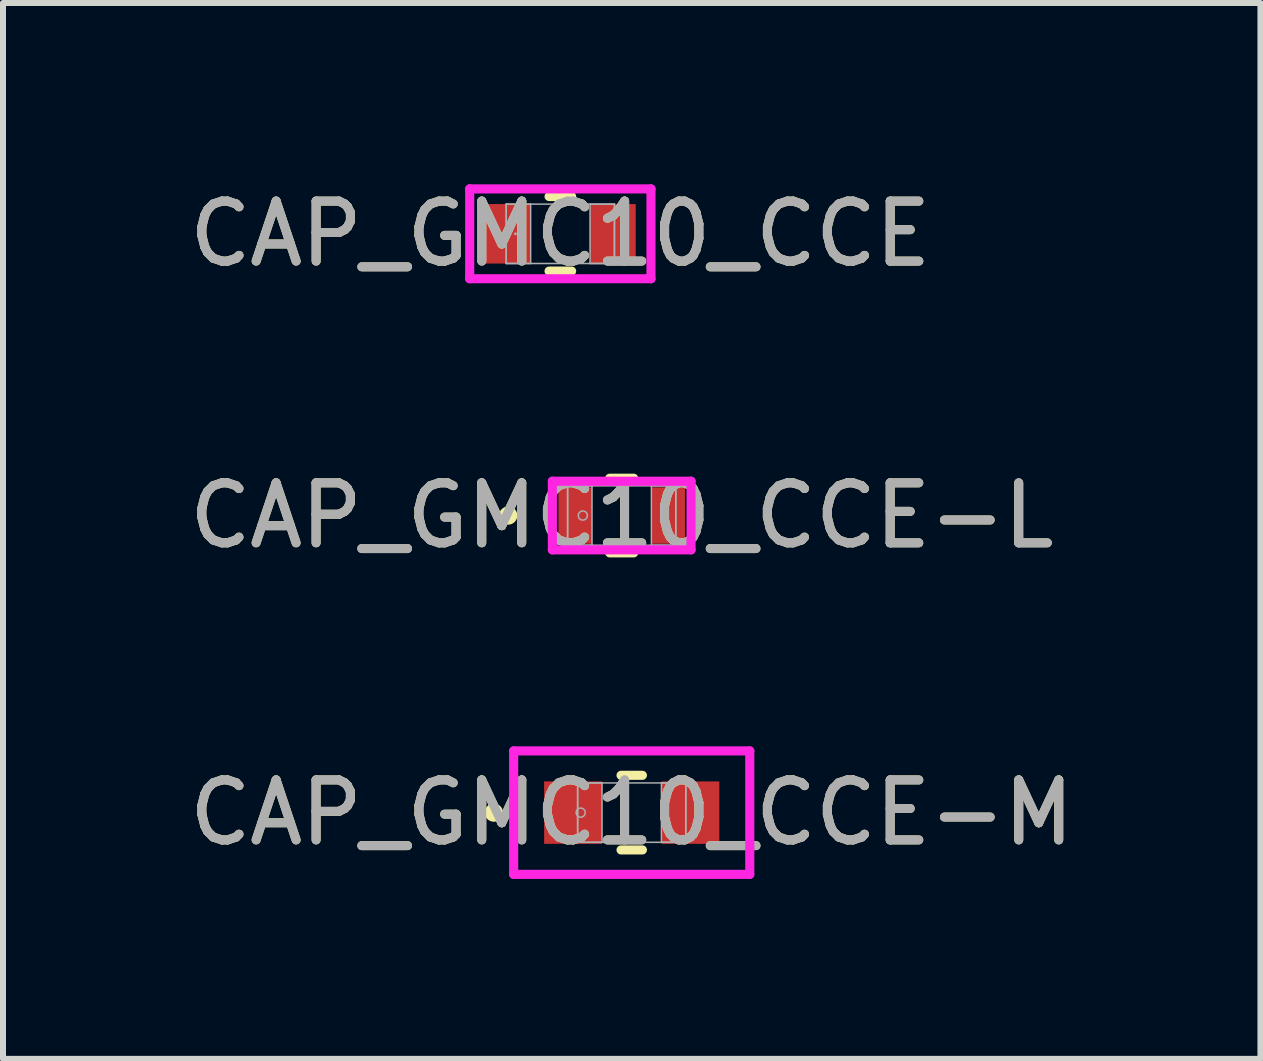
<source format=kicad_pcb>
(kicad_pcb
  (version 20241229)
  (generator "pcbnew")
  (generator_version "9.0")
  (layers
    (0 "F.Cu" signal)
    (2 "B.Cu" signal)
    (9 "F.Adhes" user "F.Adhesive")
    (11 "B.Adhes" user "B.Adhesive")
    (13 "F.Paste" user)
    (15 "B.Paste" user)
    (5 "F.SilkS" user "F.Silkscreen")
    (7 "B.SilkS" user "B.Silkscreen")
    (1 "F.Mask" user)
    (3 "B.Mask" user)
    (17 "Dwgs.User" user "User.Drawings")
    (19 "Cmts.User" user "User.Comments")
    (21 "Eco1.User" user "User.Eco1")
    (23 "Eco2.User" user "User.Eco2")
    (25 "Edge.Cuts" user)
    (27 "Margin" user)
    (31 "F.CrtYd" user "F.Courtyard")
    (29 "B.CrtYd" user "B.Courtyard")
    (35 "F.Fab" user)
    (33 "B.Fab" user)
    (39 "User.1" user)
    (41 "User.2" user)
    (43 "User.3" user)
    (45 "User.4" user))
  (footprint "CAP_GMC10_CCE-L"
    (layer "F.Cu")
    (at 7.315 5.545)
    (property "Reference" "CAP_GMC10_CCE-L" (at 0 0 0) (unlocked yes) (layer "F.SilkS") (effects (font (size 1 1) (thickness 0.15))))
    (attr smd)
    (fp_line (start -0.2 0.622) (end 0.2 0.622) (stroke (width 0.152) (type solid)) (layer "F.SilkS"))
    (fp_line (start 0.2 -0.622) (end -0.2 -0.622) (stroke (width 0.152) (type solid)) (layer "F.SilkS"))
    (fp_circle (center -1.892 0) (end -1.816 0) (stroke (width 0.152) (type solid)) (fill no) (layer "F.SilkS"))
    (fp_line (start -1.156 -0.572) (end 1.156 -0.572) (stroke (width 0.152) (type solid)) (layer "F.CrtYd"))
    (fp_line (start -1.156 0.572) (end -1.156 -0.572) (stroke (width 0.152) (type solid)) (layer "F.CrtYd"))
    (fp_line (start 1.156 -0.572) (end 1.156 0.572) (stroke (width 0.152) (type solid)) (layer "F.CrtYd"))
    (fp_line (start 1.156 0.572) (end -1.156 0.572) (stroke (width 0.152) (type solid)) (layer "F.CrtYd"))
    (fp_line (start -0.902 -0.495) (end -0.902 0.495) (stroke (width 0.025) (type solid)) (layer "F.Fab"))
    (fp_line (start -0.902 -0.495) (end -0.902 0.495) (stroke (width 0.025) (type solid)) (layer "F.Fab"))
    (fp_line (start -0.902 0.495) (end -0.495 0.495) (stroke (width 0.025) (type solid)) (layer "F.Fab"))
    (fp_line (start -0.902 0.495) (end 0.902 0.495) (stroke (width 0.025) (type solid)) (layer "F.Fab"))
    (fp_line (start -0.495 -0.495) (end -0.902 -0.495) (stroke (width 0.025) (type solid)) (layer "F.Fab"))
    (fp_line (start -0.495 0.495) (end -0.495 -0.495) (stroke (width 0.025) (type solid)) (layer "F.Fab"))
    (fp_line (start 0.495 -0.495) (end 0.495 0.495) (stroke (width 0.025) (type solid)) (layer "F.Fab"))
    (fp_line (start 0.495 0.495) (end 0.902 0.495) (stroke (width 0.025) (type solid)) (layer "F.Fab"))
    (fp_line (start 0.902 -0.495) (end -0.902 -0.495) (stroke (width 0.025) (type solid)) (layer "F.Fab"))
    (fp_line (start 0.902 -0.495) (end 0.495 -0.495) (stroke (width 0.025) (type solid)) (layer "F.Fab"))
    (fp_line (start 0.902 0.495) (end 0.902 -0.495) (stroke (width 0.025) (type solid)) (layer "F.Fab"))
    (fp_line (start 0.902 0.495) (end 0.902 -0.495) (stroke (width 0.025) (type solid)) (layer "F.Fab"))
    (fp_circle (center -0.648 0) (end -0.572 0) (stroke (width 0.025) (type solid)) (fill no) (layer "F.Fab"))
    (fp_text user "${REFERENCE}" (at 0 0 0) (unlocked yes) (layer "F.Fab") (effects (font (size 1 1) (thickness 0.15))))
    (pad "1" smd rect (at -0.775 0) (size 0.559 0.94) (layers "F.Cu" "F.Mask" "F.Paste"))
    (pad "2" smd rect (at 0.775 0) (size 0.559 0.94) (layers "F.Cu" "F.Mask" "F.Paste"))
    (zone (net_name "") (layer "F.Cu") (hatch full 0.508) (connect_pads) (min_thickness 0.254) (filled_areas_thickness no) (keepout (tracks not_allowed) (vias not_allowed) (pads allowed) (copperpour not_allowed) (footprints allowed)) (placement (enabled no)) (fill) (polygon (pts (xy 6.871 5.1) (xy 7.76 5.1) (xy 7.76 5.989) (xy 6.871 5.989)))))
  (footprint "CAP_GMC10_CCE-M"
    (layer "F.Cu")
    (at 7.482 10.498)
    (property "Reference" "CAP_GMC10_CCE-M" (at 0 0 0) (unlocked yes) (layer "F.SilkS") (effects (font (size 1 1) (thickness 0.15))))
    (attr smd)
    (fp_line (start -0.178 0.622) (end 0.178 0.622) (stroke (width 0.152) (type solid)) (layer "F.SilkS"))
    (fp_line (start 0.178 -0.622) (end -0.178 -0.622) (stroke (width 0.152) (type solid)) (layer "F.SilkS"))
    (fp_circle (center -2.299 0) (end -2.223 0) (stroke (width 0.152) (type solid)) (fill no) (layer "F.SilkS"))
    (fp_line (start -1.968 -1.029) (end 1.968 -1.029) (stroke (width 0.152) (type solid)) (layer "F.CrtYd"))
    (fp_line (start -1.968 1.029) (end -1.968 -1.029) (stroke (width 0.152) (type solid)) (layer "F.CrtYd"))
    (fp_line (start 1.968 -1.029) (end 1.968 1.029) (stroke (width 0.152) (type solid)) (layer "F.CrtYd"))
    (fp_line (start 1.968 1.029) (end -1.968 1.029) (stroke (width 0.152) (type solid)) (layer "F.CrtYd"))
    (fp_line (start -0.902 -0.495) (end -0.902 0.495) (stroke (width 0.025) (type solid)) (layer "F.Fab"))
    (fp_line (start -0.902 -0.495) (end -0.902 0.495) (stroke (width 0.025) (type solid)) (layer "F.Fab"))
    (fp_line (start -0.902 0.495) (end -0.495 0.495) (stroke (width 0.025) (type solid)) (layer "F.Fab"))
    (fp_line (start -0.902 0.495) (end 0.902 0.495) (stroke (width 0.025) (type solid)) (layer "F.Fab"))
    (fp_line (start -0.495 -0.495) (end -0.902 -0.495) (stroke (width 0.025) (type solid)) (layer "F.Fab"))
    (fp_line (start -0.495 0.495) (end -0.495 -0.495) (stroke (width 0.025) (type solid)) (layer "F.Fab"))
    (fp_line (start 0.495 -0.495) (end 0.495 0.495) (stroke (width 0.025) (type solid)) (layer "F.Fab"))
    (fp_line (start 0.495 0.495) (end 0.902 0.495) (stroke (width 0.025) (type solid)) (layer "F.Fab"))
    (fp_line (start 0.902 -0.495) (end -0.902 -0.495) (stroke (width 0.025) (type solid)) (layer "F.Fab"))
    (fp_line (start 0.902 -0.495) (end 0.495 -0.495) (stroke (width 0.025) (type solid)) (layer "F.Fab"))
    (fp_line (start 0.902 0.495) (end 0.902 -0.495) (stroke (width 0.025) (type solid)) (layer "F.Fab"))
    (fp_line (start 0.902 0.495) (end 0.902 -0.495) (stroke (width 0.025) (type solid)) (layer "F.Fab"))
    (fp_circle (center -0.851 0) (end -0.775 0) (stroke (width 0.025) (type solid)) (fill no) (layer "F.Fab"))
    (fp_text user "${REFERENCE}" (at 0 0 0) (unlocked yes) (layer "F.Fab") (effects (font (size 1 1) (thickness 0.15))))
    (pad "1" smd rect (at -0.978 0) (size 0.965 1.041) (layers "F.Cu" "F.Mask" "F.Paste"))
    (pad "2" smd rect (at 0.978 0) (size 0.965 1.041) (layers "F.Cu" "F.Mask" "F.Paste"))
    (zone (net_name "") (layer "F.Cu") (hatch full 0.508) (connect_pads) (min_thickness 0.254) (filled_areas_thickness no) (keepout (tracks not_allowed) (vias not_allowed) (pads allowed) (copperpour not_allowed) (footprints allowed)) (placement (enabled no)) (fill) (polygon (pts (xy 7.038 10.053) (xy 7.927 10.053) (xy 7.927 10.942) (xy 7.038 10.942)))))
  (footprint "CAP_GMC10_CCE"
    (layer "F.Cu")
    (at 6.292 0.848)
    (property "Reference" "CAP_GMC10_CCE" (at 0 0 0) (unlocked yes) (layer "F.SilkS") (effects (font (size 1 1) (thickness 0.15))))
    (attr smd)
    (fp_line (start -0.188 0.622) (end 0.188 0.622) (stroke (width 0.152) (type solid)) (layer "F.SilkS"))
    (fp_line (start 0.188 -0.622) (end -0.188 -0.622) (stroke (width 0.152) (type solid)) (layer "F.SilkS"))
    (fp_line (start -1.511 -0.749) (end 1.511 -0.749) (stroke (width 0.152) (type solid)) (layer "F.CrtYd"))
    (fp_line (start -1.511 0.749) (end -1.511 -0.749) (stroke (width 0.152) (type solid)) (layer "F.CrtYd"))
    (fp_line (start 1.511 -0.749) (end 1.511 0.749) (stroke (width 0.152) (type solid)) (layer "F.CrtYd"))
    (fp_line (start 1.511 0.749) (end -1.511 0.749) (stroke (width 0.152) (type solid)) (layer "F.CrtYd"))
    (fp_line (start -0.902 -0.495) (end -0.902 0.495) (stroke (width 0.025) (type solid)) (layer "F.Fab"))
    (fp_line (start -0.902 -0.495) (end -0.902 0.495) (stroke (width 0.025) (type solid)) (layer "F.Fab"))
    (fp_line (start -0.902 0.495) (end -0.495 0.495) (stroke (width 0.025) (type solid)) (layer "F.Fab"))
    (fp_line (start -0.902 0.495) (end 0.902 0.495) (stroke (width 0.025) (type solid)) (layer "F.Fab"))
    (fp_line (start -0.495 -0.495) (end -0.902 -0.495) (stroke (width 0.025) (type solid)) (layer "F.Fab"))
    (fp_line (start -0.495 0.495) (end -0.495 -0.495) (stroke (width 0.025) (type solid)) (layer "F.Fab"))
    (fp_line (start 0.495 -0.495) (end 0.495 0.495) (stroke (width 0.025) (type solid)) (layer "F.Fab"))
    (fp_line (start 0.495 0.495) (end 0.902 0.495) (stroke (width 0.025) (type solid)) (layer "F.Fab"))
    (fp_line (start 0.902 -0.495) (end -0.902 -0.495) (stroke (width 0.025) (type solid)) (layer "F.Fab"))
    (fp_line (start 0.902 -0.495) (end 0.495 -0.495) (stroke (width 0.025) (type solid)) (layer "F.Fab"))
    (fp_line (start 0.902 0.495) (end 0.902 -0.495) (stroke (width 0.025) (type solid)) (layer "F.Fab"))
    (fp_line (start 0.902 0.495) (end 0.902 -0.495) (stroke (width 0.025) (type solid)) (layer "F.Fab"))
    (fp_circle (center -0.749 0) (end -0.749 0) (stroke (width 0.025) (type solid)) (fill no) (layer "F.Fab"))
    (fp_text user "${REFERENCE}" (at 0 0 0) (unlocked yes) (layer "F.Fab") (effects (font (size 1 1) (thickness 0.15))))
    (pad "1" smd rect (at -0.876 0) (size 0.762 0.991) (layers "F.Cu" "F.Mask" "F.Paste"))
    (pad "2" smd rect (at 0.876 0) (size 0.762 0.991) (layers "F.Cu" "F.Mask" "F.Paste"))
    (zone (net_name "") (layer "F.Cu") (hatch full 0.508) (connect_pads) (min_thickness 0.254) (filled_areas_thickness no) (keepout (tracks not_allowed) (vias not_allowed) (pads allowed) (copperpour not_allowed) (footprints allowed)) (placement (enabled no)) (fill) (polygon (pts (xy 5.847 0.404) (xy 6.736 0.404) (xy 6.736 1.293) (xy 5.847 1.293)))))
  (gr_rect
    (start -3 -3)
    (end 17.964 14.603)
    (stroke (width 0.1) (type default))
    (fill no)
    (layer "Edge.Cuts")))
</source>
